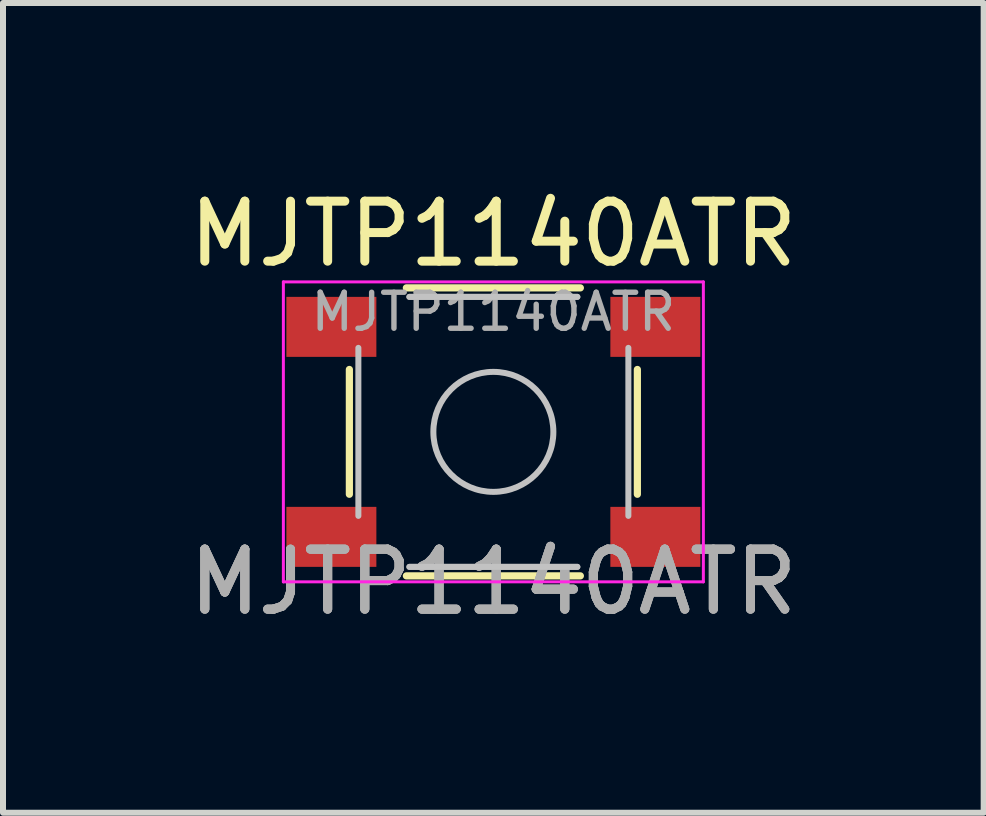
<source format=kicad_pcb>
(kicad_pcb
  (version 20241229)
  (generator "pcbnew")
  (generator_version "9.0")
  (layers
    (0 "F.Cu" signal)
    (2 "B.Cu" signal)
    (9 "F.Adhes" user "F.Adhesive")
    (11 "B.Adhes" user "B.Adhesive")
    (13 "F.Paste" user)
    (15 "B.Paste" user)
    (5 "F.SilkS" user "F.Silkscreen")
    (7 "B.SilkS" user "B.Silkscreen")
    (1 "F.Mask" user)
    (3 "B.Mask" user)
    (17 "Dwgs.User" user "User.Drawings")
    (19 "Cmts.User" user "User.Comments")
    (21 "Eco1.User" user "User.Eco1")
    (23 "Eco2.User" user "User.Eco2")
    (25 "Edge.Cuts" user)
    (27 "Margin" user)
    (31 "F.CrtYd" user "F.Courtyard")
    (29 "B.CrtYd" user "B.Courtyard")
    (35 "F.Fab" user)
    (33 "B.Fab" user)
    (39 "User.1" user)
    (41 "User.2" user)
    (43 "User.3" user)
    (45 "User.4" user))
  (footprint "MJTP1140ATR"
    (layer "F.Cu")
    (at 5.173 4.148)
    (property "Reference" "MJTP1140ATR" (at 0 -3.3 0) (unlocked yes) (layer "F.SilkS") (effects (font (size 1 1) (thickness 0.15))))
    (attr smd)
    (fp_line (start -2.4 1.04) (end -2.4 -1.04) (stroke (width 0.12) (type solid)) (layer "F.SilkS"))
    (fp_line (start -1.45 -2.4) (end 1.45 -2.4) (stroke (width 0.12) (type solid)) (layer "F.SilkS"))
    (fp_line (start -1.45 2.4) (end 1.45 2.4) (stroke (width 0.12) (type solid)) (layer "F.SilkS"))
    (fp_line (start 2.4 1.04) (end 2.4 -1.04) (stroke (width 0.12) (type solid)) (layer "F.SilkS"))
    (fp_line (start -2.25 1.4) (end -2.25 -1.4) (stroke (width 0.1) (type solid)) (layer "Dwgs.User"))
    (fp_line (start -1.4 -2.25) (end 1.4 -2.25) (stroke (width 0.1) (type solid)) (layer "Dwgs.User"))
    (fp_line (start 1.4 2.25) (end -1.4 2.25) (stroke (width 0.1) (type solid)) (layer "Dwgs.User"))
    (fp_line (start 2.25 -1.4) (end 2.25 1.4) (stroke (width 0.1) (type solid)) (layer "Dwgs.User"))
    (fp_circle (center 0 0) (end 1 0) (stroke (width 0.1) (type solid)) (fill no) (layer "Dwgs.User"))
    (fp_line (start -3.5 -2.5) (end -3.5 2.5) (stroke (width 0.05) (type solid)) (layer "F.CrtYd"))
    (fp_line (start -3.5 2.5) (end 3.5 2.5) (stroke (width 0.05) (type solid)) (layer "F.CrtYd"))
    (fp_line (start 3.5 -2.5) (end -3.5 -2.5) (stroke (width 0.05) (type solid)) (layer "F.CrtYd"))
    (fp_line (start 3.5 2.5) (end 3.5 -2.5) (stroke (width 0.05) (type solid)) (layer "F.CrtYd"))
    (fp_line (start -1.4 -2.25) (end 1.4 -2.25) (stroke (width 0.1) (type solid)) (layer "F.Fab"))
    (fp_line (start 1.4 2.25) (end -1.4 2.25) (stroke (width 0.1) (type solid)) (layer "F.Fab"))
    (fp_text user "${REFERENCE}" (at 0 -2 180) (layer "F.Fab") (effects (font (size 0.6 0.6) (thickness 0.09))))
    (fp_text user "${REFERENCE}" (at 0 2.5 0) (unlocked yes) (layer "F.Fab") (effects (font (size 1 1) (thickness 0.15))))
    (fp_text user "${REFERENCE}" (at 0 2.5 0) (unlocked yes) (layer "F.Fab") (effects (font (size 1 1) (thickness 0.15))))
    (fp_text user "${REFERENCE}" (at 0 2.5 0) (unlocked yes) (layer "F.Fab") (effects (font (size 1 1) (thickness 0.15))))
    (pad "1" smd rect (at -2.7 -1.75) (size 1.5 1) (layers "F.Cu" "F.Mask" "F.Paste"))
    (pad "1" smd rect (at 2.7 -1.75) (size 1.5 1) (layers "F.Cu" "F.Mask" "F.Paste"))
    (pad "2" smd rect (at -2.7 1.75) (size 1.5 1) (layers "F.Cu" "F.Mask" "F.Paste"))
    (pad "2" smd rect (at 2.7 1.75) (size 1.5 1) (layers "F.Cu" "F.Mask" "F.Paste")))
  (gr_rect
    (start -3 -3)
    (end 13.345 10.496)
    (stroke (width 0.1) (type default))
    (fill no)
    (layer "Edge.Cuts")))
</source>
